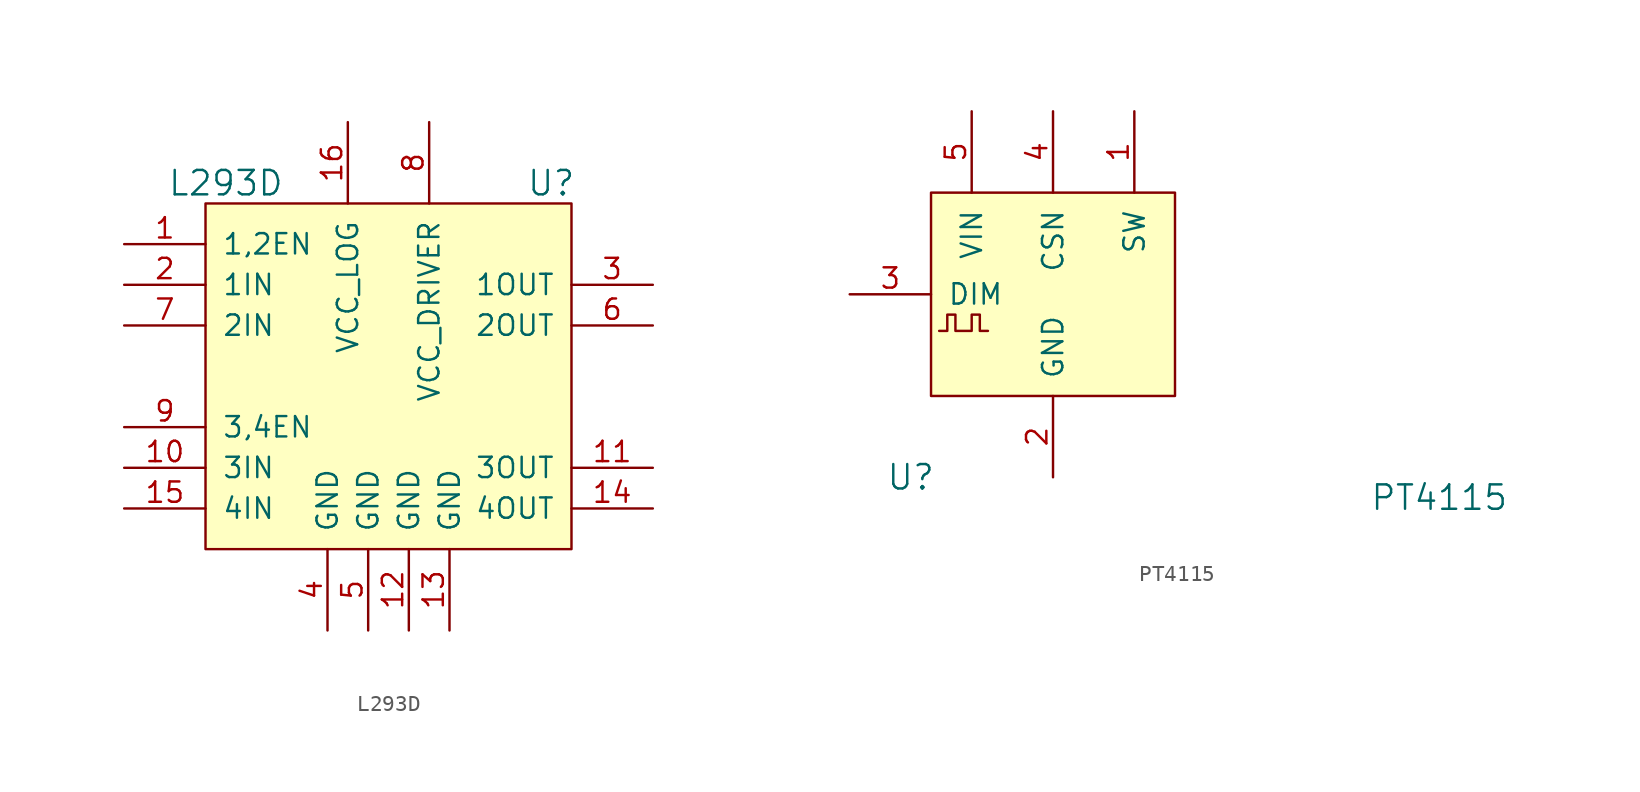
<source format=kicad_sym>
(kicad_symbol_lib
  (version 20211014)
  (generator kicad_symbol_editor)
  (symbol "L293D"
    (pin_names
      (offset 1.016))
    (property "Reference" "U"
      (at 21.59 22.86 0)
      (effects (font (size 1.524 1.524))))
    (property "Value" "L293D"
      (at 1.27 22.86 0)
      (effects (font (size 1.524 1.524))))
    (property "Footprint" ""
      (at 0 0 0)
      (effects (font (size 1.524 1.524))))
    (property "Datasheet" ""
      (at 0 0 0)
      (effects (font (size 1.524 1.524))))
    (symbol "L293D_0_1"
      (rectangle (start 0 0) (end 22.86 21.59) (stroke (width 0) (type default) (color 0 0 0 0)) (fill (type background))))
    (symbol "L293D_1_1"
      (pin input line (at -5.08 19.05 0) (length 5.08) (name "1,2EN" (effects (font (size 1.27 1.27)))) (number "1" (effects (font (size 1.27 1.27)))))
      (pin input line (at -5.08 5.08 0) (length 5.08) (name "3IN" (effects (font (size 1.27 1.27)))) (number "10" (effects (font (size 1.27 1.27)))))
      (pin output line (at 27.94 5.08 180) (length 5.08) (name "3OUT" (effects (font (size 1.27 1.27)))) (number "11" (effects (font (size 1.27 1.27)))))
      (pin power_in line (at 12.7 -5.08 90) (length 5.08) (name "GND" (effects (font (size 1.27 1.27)))) (number "12" (effects (font (size 1.27 1.27)))))
      (pin power_in line (at 15.24 -5.08 90) (length 5.08) (name "GND" (effects (font (size 1.27 1.27)))) (number "13" (effects (font (size 1.27 1.27)))))
      (pin output line (at 27.94 2.54 180) (length 5.08) (name "4OUT" (effects (font (size 1.27 1.27)))) (number "14" (effects (font (size 1.27 1.27)))))
      (pin input line (at -5.08 2.54 0) (length 5.08) (name "4IN" (effects (font (size 1.27 1.27)))) (number "15" (effects (font (size 1.27 1.27)))))
      (pin power_in line (at 8.89 26.67 270) (length 5.08) (name "VCC_LOG" (effects (font (size 1.27 1.27)))) (number "16" (effects (font (size 1.27 1.27)))))
      (pin input line (at -5.08 16.51 0) (length 5.08) (name "1IN" (effects (font (size 1.27 1.27)))) (number "2" (effects (font (size 1.27 1.27)))))
      (pin output line (at 27.94 16.51 180) (length 5.08) (name "1OUT" (effects (font (size 1.27 1.27)))) (number "3" (effects (font (size 1.27 1.27)))))
      (pin power_in line (at 7.62 -5.08 90) (length 5.08) (name "GND" (effects (font (size 1.27 1.27)))) (number "4" (effects (font (size 1.27 1.27)))))
      (pin power_in line (at 10.16 -5.08 90) (length 5.08) (name "GND" (effects (font (size 1.27 1.27)))) (number "5" (effects (font (size 1.27 1.27)))))
      (pin output line (at 27.94 13.97 180) (length 5.08) (name "2OUT" (effects (font (size 1.27 1.27)))) (number "6" (effects (font (size 1.27 1.27)))))
      (pin input line (at -5.08 13.97 0) (length 5.08) (name "2IN" (effects (font (size 1.27 1.27)))) (number "7" (effects (font (size 1.27 1.27)))))
      (pin power_in line (at 13.97 26.67 270) (length 5.08) (name "VCC_DRIVER" (effects (font (size 1.27 1.27)))) (number "8" (effects (font (size 1.27 1.27)))))
      (pin input line (at -5.08 7.62 0) (length 5.08) (name "3,4EN" (effects (font (size 1.27 1.27)))) (number "9" (effects (font (size 1.27 1.27)))))))
  (symbol "PT4115"
    (pin_names
      (offset 1.016))
    (property "Reference" "U"
      (at -8.89 -11.43 0)
      (effects (font (size 1.524 1.524))))
    (property "Value" "PT4115"
      (at 24.13 -12.7 0)
      (effects (font (size 1.524 1.524))))
    (symbol "PT4115_0_1"
      (rectangle (start -7.62 6.35) (end 7.62 -6.35) (stroke (width 0) (type default) (color 0 0 0 0)) (fill (type background)))
      (polyline (pts (xy -7.112 -2.286) (xy -6.604 -2.286) (xy -6.604 -1.27) (xy -6.096 -1.27) (xy -6.096 -2.286) (xy -5.08 -2.286) (xy -5.08 -1.27) (xy -4.572 -1.27) (xy -4.572 -2.286) (xy -4.064 -2.286)) (stroke (width 0) (type default) (color 0 0 0 0)) (fill (type none))))
    (symbol "PT4115_1_1"
      (pin output line (at 5.08 11.43 270) (length 5.08) (name "SW" (effects (font (size 1.27 1.27)))) (number "1" (effects (font (size 1.27 1.27)))))
      (pin power_in line (at 0 -11.43 90) (length 5.08) (name "GND" (effects (font (size 1.27 1.27)))) (number "2" (effects (font (size 1.27 1.27)))))
      (pin input line (at -12.7 0 0) (length 5.08) (name "DIM" (effects (font (size 1.27 1.27)))) (number "3" (effects (font (size 1.27 1.27)))))
      (pin input line (at 0 11.43 270) (length 5.08) (name "CSN" (effects (font (size 1.27 1.27)))) (number "4" (effects (font (size 1.27 1.27)))))
      (pin power_in line (at -5.08 11.43 270) (length 5.08) (name "VIN" (effects (font (size 1.27 1.27)))) (number "5" (effects (font (size 1.27 1.27))))))))
</source>
